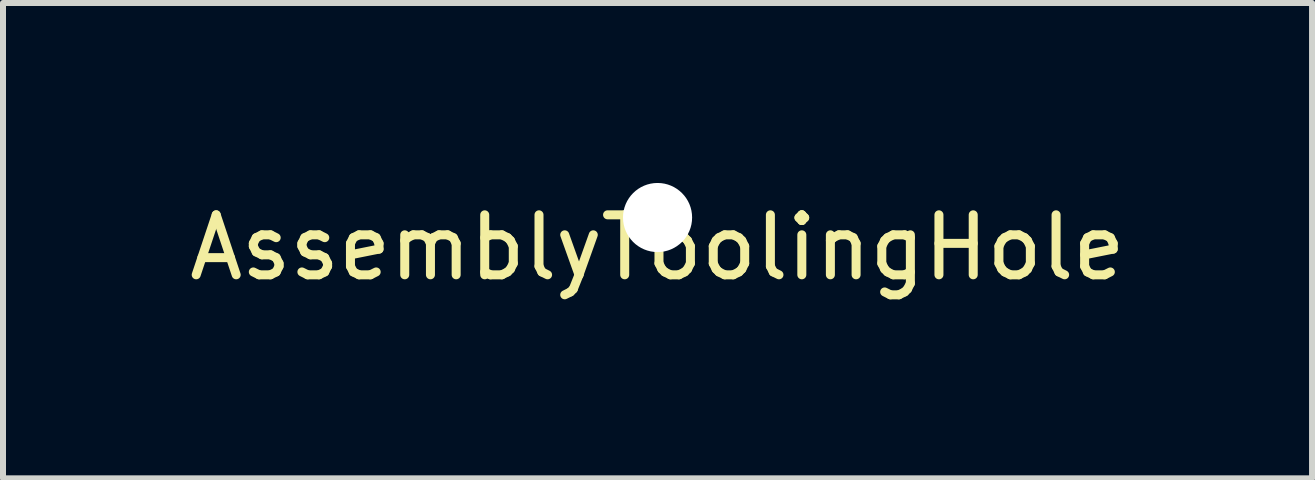
<source format=kicad_pcb>
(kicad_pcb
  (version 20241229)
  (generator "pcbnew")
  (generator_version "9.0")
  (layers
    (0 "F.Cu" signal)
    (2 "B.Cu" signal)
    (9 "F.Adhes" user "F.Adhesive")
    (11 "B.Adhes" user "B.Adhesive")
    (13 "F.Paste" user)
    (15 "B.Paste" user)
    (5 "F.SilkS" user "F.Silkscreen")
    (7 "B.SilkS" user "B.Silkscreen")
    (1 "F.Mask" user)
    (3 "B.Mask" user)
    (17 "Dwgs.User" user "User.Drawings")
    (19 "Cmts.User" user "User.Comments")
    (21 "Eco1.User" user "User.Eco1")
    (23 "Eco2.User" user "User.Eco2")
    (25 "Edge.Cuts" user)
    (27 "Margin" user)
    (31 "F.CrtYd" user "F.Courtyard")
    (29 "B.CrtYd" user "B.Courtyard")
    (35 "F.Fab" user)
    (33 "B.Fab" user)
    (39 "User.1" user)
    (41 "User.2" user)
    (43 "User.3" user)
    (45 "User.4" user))
  (footprint "AssemblyToolingHole"
    (layer "F.Cu")
    (at 7.911 0.576)
    (property "Reference" "AssemblyToolingHole" (at 0 0.5 0) (layer "F.SilkS") (effects (font (size 1 1) (thickness 0.15))))
    (attr through_hole)
    (pad "" np_thru_hole circle (at 0 0) (size 1.152 1.152) (drill 1.152) (layers "*.Cu" "*.Mask")))
  (gr_rect
    (start -3 -3)
    (end 18.821 4.924)
    (stroke (width 0.1) (type default))
    (fill no)
    (layer "Edge.Cuts")))
</source>
